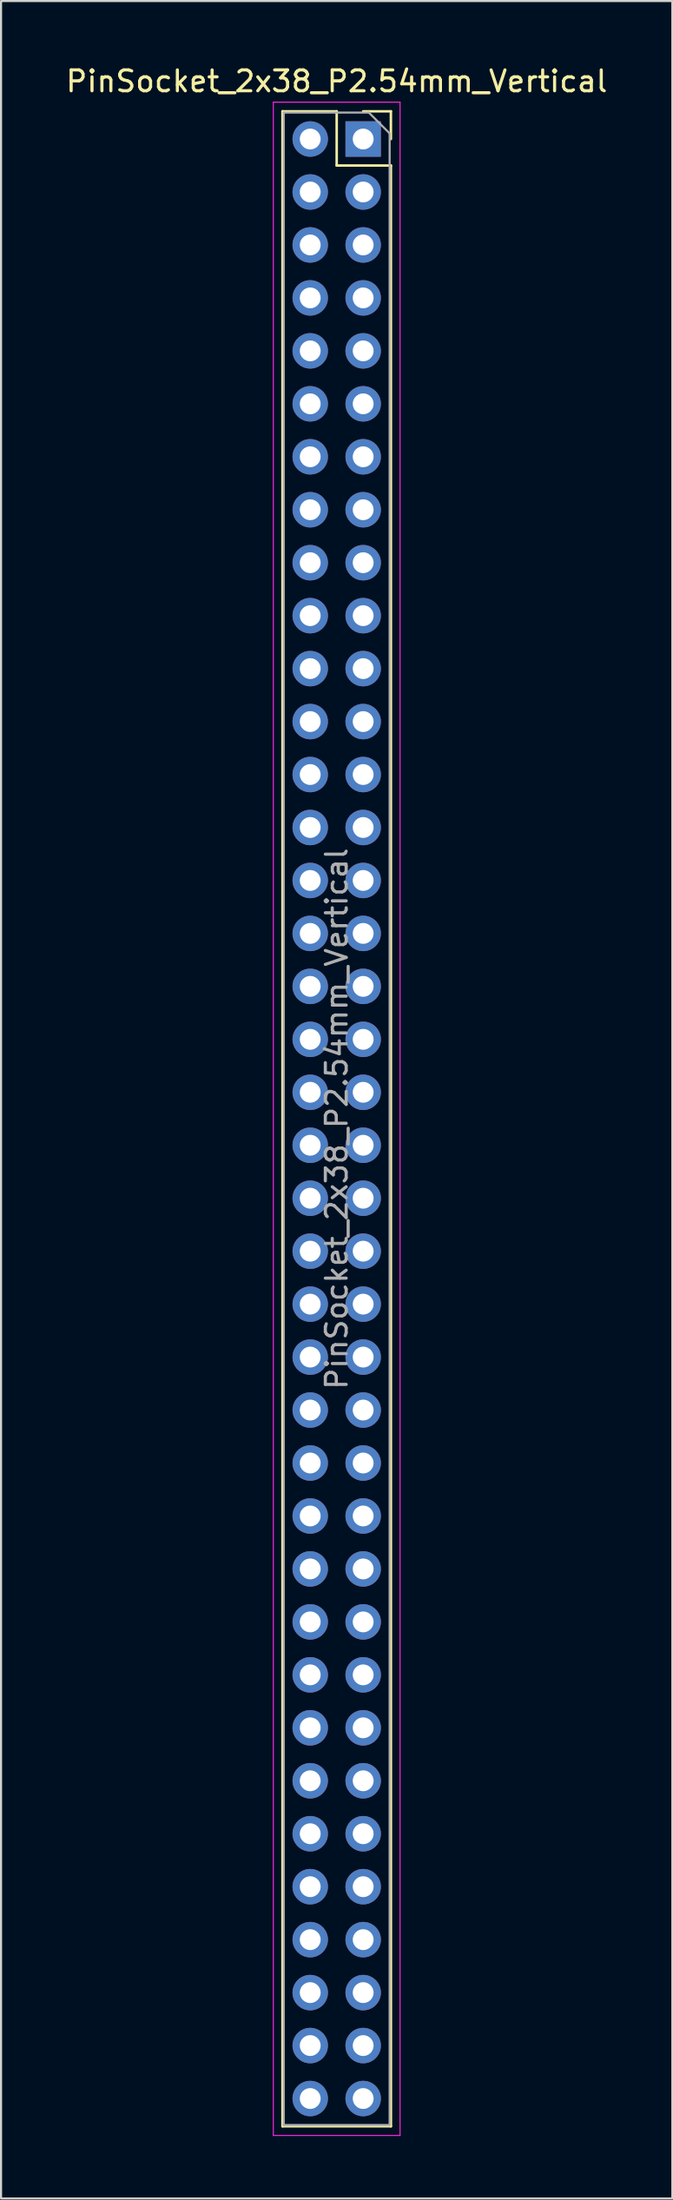
<source format=kicad_pcb>
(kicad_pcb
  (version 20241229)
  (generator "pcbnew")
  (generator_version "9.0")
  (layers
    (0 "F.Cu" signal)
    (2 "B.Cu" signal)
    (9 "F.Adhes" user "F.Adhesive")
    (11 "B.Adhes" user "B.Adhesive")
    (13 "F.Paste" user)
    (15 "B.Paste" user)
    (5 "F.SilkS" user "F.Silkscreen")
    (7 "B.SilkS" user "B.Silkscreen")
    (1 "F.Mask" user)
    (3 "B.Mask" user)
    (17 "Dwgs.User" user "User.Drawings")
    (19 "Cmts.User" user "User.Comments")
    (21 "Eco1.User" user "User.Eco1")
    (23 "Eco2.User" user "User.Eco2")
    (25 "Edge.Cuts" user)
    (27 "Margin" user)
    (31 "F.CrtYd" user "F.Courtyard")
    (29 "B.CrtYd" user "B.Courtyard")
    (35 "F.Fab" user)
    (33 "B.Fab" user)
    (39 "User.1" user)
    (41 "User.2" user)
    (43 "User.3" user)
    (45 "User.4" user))
  (footprint "PinSocket_2x38_P2.54mm_Vertical"
    (layer "F.Cu")
    (at 14.371 3.618)
    (property "Reference" "PinSocket_2x38_P2.54mm_Vertical" (at -1.27 -2.77 0) (layer "F.SilkS") (effects (font (size 1 1) (thickness 0.15))))
    (attr through_hole)
    (fp_line (start -3.87 -1.33) (end -3.87 95.31) (stroke (width 0.12) (type solid)) (layer "F.SilkS"))
    (fp_line (start -3.87 -1.33) (end -1.27 -1.33) (stroke (width 0.12) (type solid)) (layer "F.SilkS"))
    (fp_line (start -3.87 95.31) (end 1.33 95.31) (stroke (width 0.12) (type solid)) (layer "F.SilkS"))
    (fp_line (start -1.27 -1.33) (end -1.27 1.27) (stroke (width 0.12) (type solid)) (layer "F.SilkS"))
    (fp_line (start -1.27 1.27) (end 1.33 1.27) (stroke (width 0.12) (type solid)) (layer "F.SilkS"))
    (fp_line (start 0 -1.33) (end 1.33 -1.33) (stroke (width 0.12) (type solid)) (layer "F.SilkS"))
    (fp_line (start 1.33 -1.33) (end 1.33 0) (stroke (width 0.12) (type solid)) (layer "F.SilkS"))
    (fp_line (start 1.33 1.27) (end 1.33 95.31) (stroke (width 0.12) (type solid)) (layer "F.SilkS"))
    (fp_line (start -4.31 -1.77) (end 1.77 -1.77) (stroke (width 0.05) (type solid)) (layer "F.CrtYd"))
    (fp_line (start -4.31 95.75) (end -4.31 -1.77) (stroke (width 0.05) (type solid)) (layer "F.CrtYd"))
    (fp_line (start 1.77 -1.77) (end 1.77 95.75) (stroke (width 0.05) (type solid)) (layer "F.CrtYd"))
    (fp_line (start 1.77 95.75) (end -4.31 95.75) (stroke (width 0.05) (type solid)) (layer "F.CrtYd"))
    (fp_line (start -3.81 -1.27) (end 0.27 -1.27) (stroke (width 0.1) (type solid)) (layer "F.Fab"))
    (fp_line (start -3.81 95.25) (end -3.81 -1.27) (stroke (width 0.1) (type solid)) (layer "F.Fab"))
    (fp_line (start 0.27 -1.27) (end 1.27 -0.27) (stroke (width 0.1) (type solid)) (layer "F.Fab"))
    (fp_line (start 1.27 -0.27) (end 1.27 95.25) (stroke (width 0.1) (type solid)) (layer "F.Fab"))
    (fp_line (start 1.27 95.25) (end -3.81 95.25) (stroke (width 0.1) (type solid)) (layer "F.Fab"))
    (fp_text user "${REFERENCE}" (at -1.27 46.99 90) (layer "F.Fab") (effects (font (size 1 1) (thickness 0.15))))
    (pad "1" thru_hole rect (at 0 0) (size 1.7 1.7) (drill 1) (layers "*.Cu" "*.Mask"))
    (pad "2" thru_hole circle (at -2.54 0) (size 1.7 1.7) (drill 1) (layers "*.Cu" "*.Mask"))
    (pad "3" thru_hole circle (at 0 2.54) (size 1.7 1.7) (drill 1) (layers "*.Cu" "*.Mask"))
    (pad "4" thru_hole circle (at -2.54 2.54) (size 1.7 1.7) (drill 1) (layers "*.Cu" "*.Mask"))
    (pad "5" thru_hole circle (at 0 5.08) (size 1.7 1.7) (drill 1) (layers "*.Cu" "*.Mask"))
    (pad "6" thru_hole circle (at -2.54 5.08) (size 1.7 1.7) (drill 1) (layers "*.Cu" "*.Mask"))
    (pad "7" thru_hole circle (at 0 7.62) (size 1.7 1.7) (drill 1) (layers "*.Cu" "*.Mask"))
    (pad "8" thru_hole circle (at -2.54 7.62) (size 1.7 1.7) (drill 1) (layers "*.Cu" "*.Mask"))
    (pad "9" thru_hole circle (at 0 10.16) (size 1.7 1.7) (drill 1) (layers "*.Cu" "*.Mask"))
    (pad "10" thru_hole circle (at -2.54 10.16) (size 1.7 1.7) (drill 1) (layers "*.Cu" "*.Mask"))
    (pad "11" thru_hole circle (at 0 12.7) (size 1.7 1.7) (drill 1) (layers "*.Cu" "*.Mask"))
    (pad "12" thru_hole circle (at -2.54 12.7) (size 1.7 1.7) (drill 1) (layers "*.Cu" "*.Mask"))
    (pad "13" thru_hole circle (at 0 15.24) (size 1.7 1.7) (drill 1) (layers "*.Cu" "*.Mask"))
    (pad "14" thru_hole circle (at -2.54 15.24) (size 1.7 1.7) (drill 1) (layers "*.Cu" "*.Mask"))
    (pad "15" thru_hole circle (at 0 17.78) (size 1.7 1.7) (drill 1) (layers "*.Cu" "*.Mask"))
    (pad "16" thru_hole circle (at -2.54 17.78) (size 1.7 1.7) (drill 1) (layers "*.Cu" "*.Mask"))
    (pad "17" thru_hole circle (at 0 20.32) (size 1.7 1.7) (drill 1) (layers "*.Cu" "*.Mask"))
    (pad "18" thru_hole circle (at -2.54 20.32) (size 1.7 1.7) (drill 1) (layers "*.Cu" "*.Mask"))
    (pad "19" thru_hole circle (at 0 22.86) (size 1.7 1.7) (drill 1) (layers "*.Cu" "*.Mask"))
    (pad "20" thru_hole circle (at -2.54 22.86) (size 1.7 1.7) (drill 1) (layers "*.Cu" "*.Mask"))
    (pad "21" thru_hole circle (at 0 25.4) (size 1.7 1.7) (drill 1) (layers "*.Cu" "*.Mask"))
    (pad "22" thru_hole circle (at -2.54 25.4) (size 1.7 1.7) (drill 1) (layers "*.Cu" "*.Mask"))
    (pad "23" thru_hole circle (at 0 27.94) (size 1.7 1.7) (drill 1) (layers "*.Cu" "*.Mask"))
    (pad "24" thru_hole circle (at -2.54 27.94) (size 1.7 1.7) (drill 1) (layers "*.Cu" "*.Mask"))
    (pad "25" thru_hole circle (at 0 30.48) (size 1.7 1.7) (drill 1) (layers "*.Cu" "*.Mask"))
    (pad "26" thru_hole circle (at -2.54 30.48) (size 1.7 1.7) (drill 1) (layers "*.Cu" "*.Mask"))
    (pad "27" thru_hole circle (at 0 33.02) (size 1.7 1.7) (drill 1) (layers "*.Cu" "*.Mask"))
    (pad "28" thru_hole circle (at -2.54 33.02) (size 1.7 1.7) (drill 1) (layers "*.Cu" "*.Mask"))
    (pad "29" thru_hole circle (at 0 35.56) (size 1.7 1.7) (drill 1) (layers "*.Cu" "*.Mask"))
    (pad "30" thru_hole circle (at -2.54 35.56) (size 1.7 1.7) (drill 1) (layers "*.Cu" "*.Mask"))
    (pad "31" thru_hole circle (at 0 38.1) (size 1.7 1.7) (drill 1) (layers "*.Cu" "*.Mask"))
    (pad "32" thru_hole circle (at -2.54 38.1) (size 1.7 1.7) (drill 1) (layers "*.Cu" "*.Mask"))
    (pad "33" thru_hole circle (at 0 40.64) (size 1.7 1.7) (drill 1) (layers "*.Cu" "*.Mask"))
    (pad "34" thru_hole circle (at -2.54 40.64) (size 1.7 1.7) (drill 1) (layers "*.Cu" "*.Mask"))
    (pad "35" thru_hole circle (at 0 43.18) (size 1.7 1.7) (drill 1) (layers "*.Cu" "*.Mask"))
    (pad "36" thru_hole circle (at -2.54 43.18) (size 1.7 1.7) (drill 1) (layers "*.Cu" "*.Mask"))
    (pad "37" thru_hole circle (at 0 45.72) (size 1.7 1.7) (drill 1) (layers "*.Cu" "*.Mask"))
    (pad "38" thru_hole circle (at -2.54 45.72) (size 1.7 1.7) (drill 1) (layers "*.Cu" "*.Mask"))
    (pad "39" thru_hole circle (at 0 48.26) (size 1.7 1.7) (drill 1) (layers "*.Cu" "*.Mask"))
    (pad "40" thru_hole circle (at -2.54 48.26) (size 1.7 1.7) (drill 1) (layers "*.Cu" "*.Mask"))
    (pad "41" thru_hole circle (at 0 50.8) (size 1.7 1.7) (drill 1) (layers "*.Cu" "*.Mask"))
    (pad "42" thru_hole circle (at -2.54 50.8) (size 1.7 1.7) (drill 1) (layers "*.Cu" "*.Mask"))
    (pad "43" thru_hole circle (at 0 53.34) (size 1.7 1.7) (drill 1) (layers "*.Cu" "*.Mask"))
    (pad "44" thru_hole circle (at -2.54 53.34) (size 1.7 1.7) (drill 1) (layers "*.Cu" "*.Mask"))
    (pad "45" thru_hole circle (at 0 55.88) (size 1.7 1.7) (drill 1) (layers "*.Cu" "*.Mask"))
    (pad "46" thru_hole circle (at -2.54 55.88) (size 1.7 1.7) (drill 1) (layers "*.Cu" "*.Mask"))
    (pad "47" thru_hole circle (at 0 58.42) (size 1.7 1.7) (drill 1) (layers "*.Cu" "*.Mask"))
    (pad "48" thru_hole circle (at -2.54 58.42) (size 1.7 1.7) (drill 1) (layers "*.Cu" "*.Mask"))
    (pad "49" thru_hole circle (at 0 60.96) (size 1.7 1.7) (drill 1) (layers "*.Cu" "*.Mask"))
    (pad "50" thru_hole circle (at -2.54 60.96) (size 1.7 1.7) (drill 1) (layers "*.Cu" "*.Mask"))
    (pad "51" thru_hole circle (at 0 63.5) (size 1.7 1.7) (drill 1) (layers "*.Cu" "*.Mask"))
    (pad "52" thru_hole circle (at -2.54 63.5) (size 1.7 1.7) (drill 1) (layers "*.Cu" "*.Mask"))
    (pad "53" thru_hole circle (at 0 66.04) (size 1.7 1.7) (drill 1) (layers "*.Cu" "*.Mask"))
    (pad "54" thru_hole circle (at -2.54 66.04) (size 1.7 1.7) (drill 1) (layers "*.Cu" "*.Mask"))
    (pad "55" thru_hole circle (at 0 68.58) (size 1.7 1.7) (drill 1) (layers "*.Cu" "*.Mask"))
    (pad "56" thru_hole circle (at -2.54 68.58) (size 1.7 1.7) (drill 1) (layers "*.Cu" "*.Mask"))
    (pad "57" thru_hole circle (at 0 71.12) (size 1.7 1.7) (drill 1) (layers "*.Cu" "*.Mask"))
    (pad "58" thru_hole circle (at -2.54 71.12) (size 1.7 1.7) (drill 1) (layers "*.Cu" "*.Mask"))
    (pad "59" thru_hole circle (at 0 73.66) (size 1.7 1.7) (drill 1) (layers "*.Cu" "*.Mask"))
    (pad "60" thru_hole circle (at -2.54 73.66) (size 1.7 1.7) (drill 1) (layers "*.Cu" "*.Mask"))
    (pad "61" thru_hole circle (at 0 76.2) (size 1.7 1.7) (drill 1) (layers "*.Cu" "*.Mask"))
    (pad "62" thru_hole circle (at -2.54 76.2) (size 1.7 1.7) (drill 1) (layers "*.Cu" "*.Mask"))
    (pad "63" thru_hole circle (at 0 78.74) (size 1.7 1.7) (drill 1) (layers "*.Cu" "*.Mask"))
    (pad "64" thru_hole circle (at -2.54 78.74) (size 1.7 1.7) (drill 1) (layers "*.Cu" "*.Mask"))
    (pad "65" thru_hole circle (at 0 81.28) (size 1.7 1.7) (drill 1) (layers "*.Cu" "*.Mask"))
    (pad "66" thru_hole circle (at -2.54 81.28) (size 1.7 1.7) (drill 1) (layers "*.Cu" "*.Mask"))
    (pad "67" thru_hole circle (at 0 83.82) (size 1.7 1.7) (drill 1) (layers "*.Cu" "*.Mask"))
    (pad "68" thru_hole circle (at -2.54 83.82) (size 1.7 1.7) (drill 1) (layers "*.Cu" "*.Mask"))
    (pad "69" thru_hole circle (at 0 86.36) (size 1.7 1.7) (drill 1) (layers "*.Cu" "*.Mask"))
    (pad "70" thru_hole circle (at -2.54 86.36) (size 1.7 1.7) (drill 1) (layers "*.Cu" "*.Mask"))
    (pad "71" thru_hole circle (at 0 88.9) (size 1.7 1.7) (drill 1) (layers "*.Cu" "*.Mask"))
    (pad "72" thru_hole circle (at -2.54 88.9) (size 1.7 1.7) (drill 1) (layers "*.Cu" "*.Mask"))
    (pad "73" thru_hole circle (at 0 91.44) (size 1.7 1.7) (drill 1) (layers "*.Cu" "*.Mask"))
    (pad "74" thru_hole circle (at -2.54 91.44) (size 1.7 1.7) (drill 1) (layers "*.Cu" "*.Mask"))
    (pad "75" thru_hole circle (at 0 93.98) (size 1.7 1.7) (drill 1) (layers "*.Cu" "*.Mask"))
    (pad "76" thru_hole circle (at -2.54 93.98) (size 1.7 1.7) (drill 1) (layers "*.Cu" "*.Mask")))
  (gr_rect
    (start -3 -3)
    (end 29.202 102.393)
    (stroke (width 0.1) (type default))
    (fill no)
    (layer "Edge.Cuts")))
</source>
